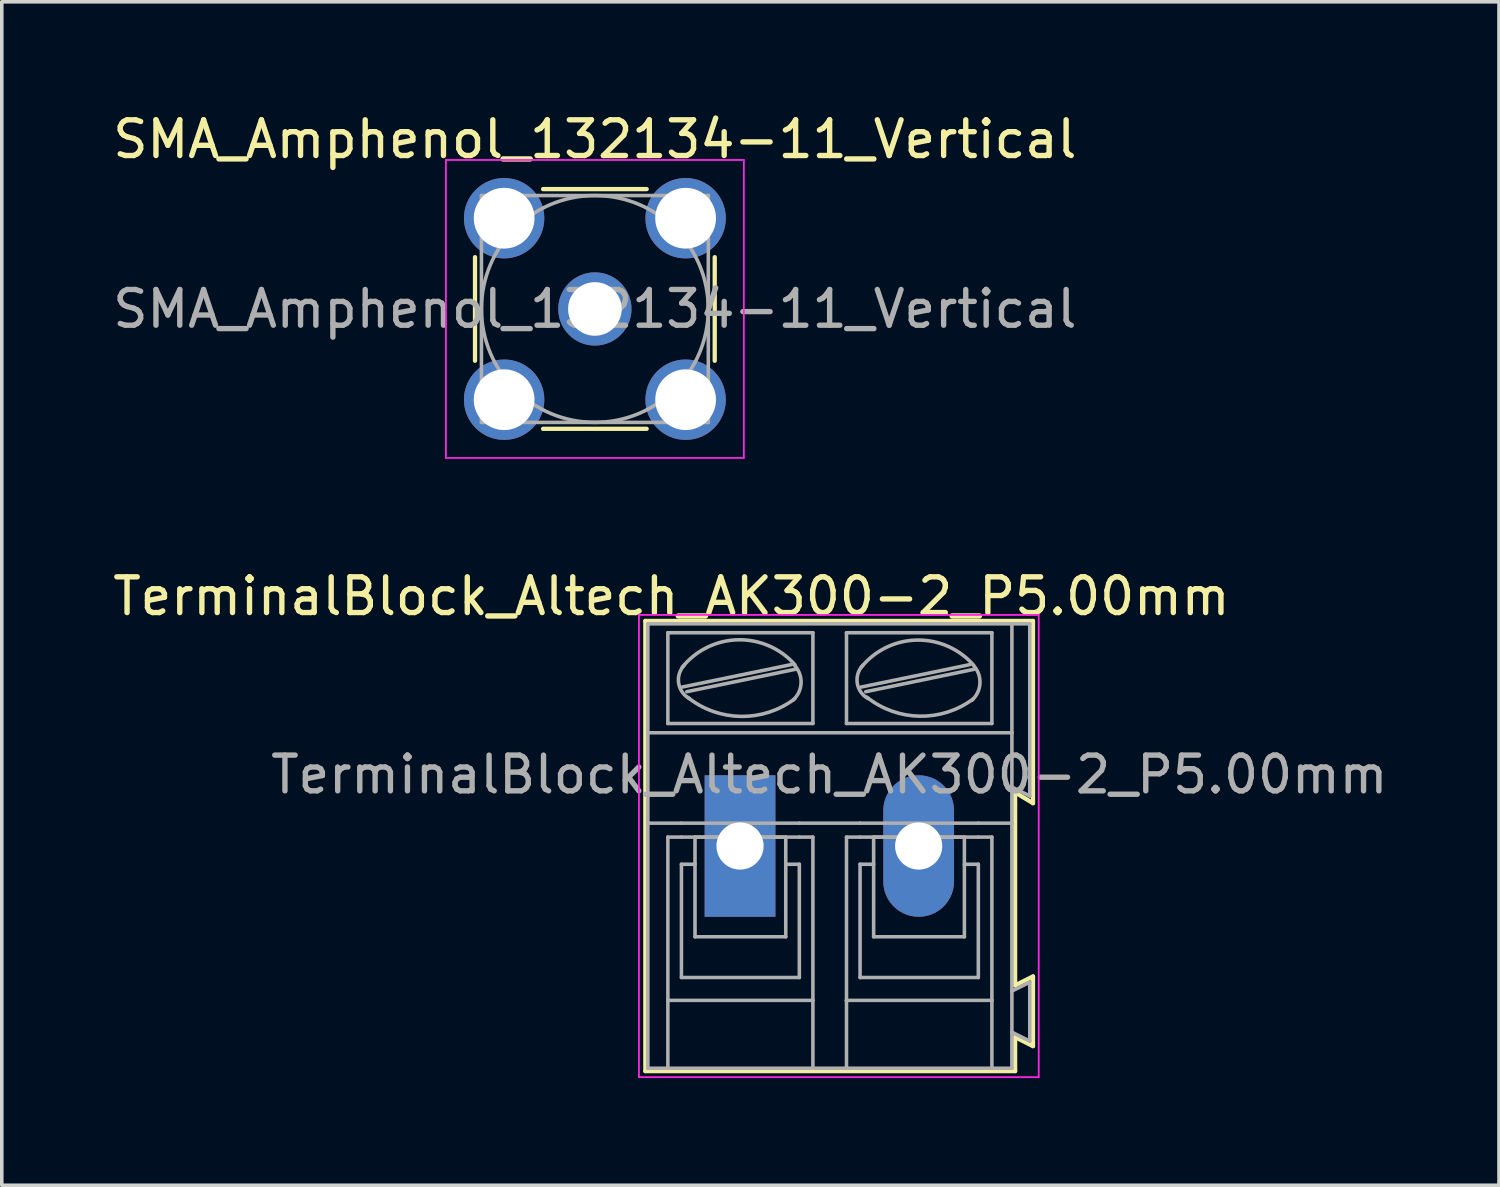
<source format=kicad_pcb>
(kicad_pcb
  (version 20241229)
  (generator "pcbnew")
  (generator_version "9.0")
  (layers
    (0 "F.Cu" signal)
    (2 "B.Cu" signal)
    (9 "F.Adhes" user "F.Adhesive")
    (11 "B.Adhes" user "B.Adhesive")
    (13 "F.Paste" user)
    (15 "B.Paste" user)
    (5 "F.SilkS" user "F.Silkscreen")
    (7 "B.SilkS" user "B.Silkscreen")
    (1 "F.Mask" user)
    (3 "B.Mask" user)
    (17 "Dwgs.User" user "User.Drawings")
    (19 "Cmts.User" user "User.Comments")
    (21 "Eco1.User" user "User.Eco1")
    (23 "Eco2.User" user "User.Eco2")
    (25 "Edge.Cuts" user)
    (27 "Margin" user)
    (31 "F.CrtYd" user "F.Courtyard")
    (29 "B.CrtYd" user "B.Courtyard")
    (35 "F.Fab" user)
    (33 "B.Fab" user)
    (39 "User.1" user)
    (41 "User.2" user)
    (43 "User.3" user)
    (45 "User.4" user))
  (footprint "SMA_Amphenol_132134-11_Vertical"
    (layer "F.Cu")
    (at 13.601 5.598)
    (property "Reference" "SMA_Amphenol_132134-11_Vertical" (at 0 -4.75 0) (layer "F.SilkS") (effects (font (size 1 1) (thickness 0.15))))
    (attr through_hole)
    (fp_line (start -3.355 -1.45) (end -3.355 1.45) (stroke (width 0.12) (type solid)) (layer "F.SilkS"))
    (fp_line (start -1.45 -3.355) (end 1.45 -3.355) (stroke (width 0.12) (type solid)) (layer "F.SilkS"))
    (fp_line (start -1.45 3.355) (end 1.45 3.355) (stroke (width 0.12) (type solid)) (layer "F.SilkS"))
    (fp_line (start 3.355 -1.45) (end 3.355 1.45) (stroke (width 0.12) (type solid)) (layer "F.SilkS"))
    (fp_line (start -4.17 -4.17) (end -4.17 4.17) (stroke (width 0.05) (type solid)) (layer "F.CrtYd"))
    (fp_line (start -4.17 -4.17) (end 4.17 -4.17) (stroke (width 0.05) (type solid)) (layer "F.CrtYd"))
    (fp_line (start 4.17 4.17) (end -4.17 4.17) (stroke (width 0.05) (type solid)) (layer "F.CrtYd"))
    (fp_line (start 4.17 4.17) (end 4.17 -4.17) (stroke (width 0.05) (type solid)) (layer "F.CrtYd"))
    (fp_line (start -3.175 -3.175) (end -3.175 3.175) (stroke (width 0.1) (type solid)) (layer "F.Fab"))
    (fp_line (start -3.175 -3.175) (end 3.175 -3.175) (stroke (width 0.1) (type solid)) (layer "F.Fab"))
    (fp_line (start -3.175 3.175) (end 3.175 3.175) (stroke (width 0.1) (type solid)) (layer "F.Fab"))
    (fp_line (start 3.175 -3.175) (end 3.175 3.175) (stroke (width 0.1) (type solid)) (layer "F.Fab"))
    (fp_circle (center 0 0) (end 3.175 0) (stroke (width 0.1) (type solid)) (fill no) (layer "F.Fab"))
    (fp_text user "${REFERENCE}" (at 0 0 0) (layer "F.Fab") (effects (font (size 1 1) (thickness 0.15))))
    (pad "1" thru_hole circle (at 0 0) (size 2.05 2.05) (drill 1.5) (layers "*.Cu" "*.Mask"))
    (pad "2" thru_hole circle (at -2.54 -2.54) (size 2.25 2.25) (drill 1.7) (layers "*.Cu" "*.Mask"))
    (pad "2" thru_hole circle (at -2.54 2.54) (size 2.25 2.25) (drill 1.7) (layers "*.Cu" "*.Mask"))
    (pad "2" thru_hole circle (at 2.54 -2.54) (size 2.25 2.25) (drill 1.7) (layers "*.Cu" "*.Mask"))
    (pad "2" thru_hole circle (at 2.54 2.54) (size 2.25 2.25) (drill 1.7) (layers "*.Cu" "*.Mask")))
  (footprint "TerminalBlock_Altech_AK300-2_P5.00mm"
    (layer "F.Cu")
    (at 17.664 20.631)
    (property "Reference" "TerminalBlock_Altech_AK300-2_P5.00mm" (at -1.92 -6.99 0) (layer "F.SilkS") (effects (font (size 1 1) (thickness 0.15))))
    (attr through_hole)
    (fp_line (start -2.65 -6.3) (end -2.65 6.3) (stroke (width 0.12) (type solid)) (layer "F.SilkS"))
    (fp_line (start -2.65 6.3) (end 7.7 6.3) (stroke (width 0.12) (type solid)) (layer "F.SilkS"))
    (fp_line (start 7.7 -1.5) (end 8.2 -1.2) (stroke (width 0.12) (type solid)) (layer "F.SilkS"))
    (fp_line (start 7.7 3.9) (end 7.7 -1.5) (stroke (width 0.12) (type solid)) (layer "F.SilkS"))
    (fp_line (start 7.7 5.35) (end 8.2 5.6) (stroke (width 0.12) (type solid)) (layer "F.SilkS"))
    (fp_line (start 7.7 6.3) (end 7.7 5.35) (stroke (width 0.12) (type solid)) (layer "F.SilkS"))
    (fp_line (start 8.2 -6.3) (end -2.65 -6.3) (stroke (width 0.12) (type solid)) (layer "F.SilkS"))
    (fp_line (start 8.2 -1.2) (end 8.2 -6.3) (stroke (width 0.12) (type solid)) (layer "F.SilkS"))
    (fp_line (start 8.2 3.65) (end 7.7 3.9) (stroke (width 0.12) (type solid)) (layer "F.SilkS"))
    (fp_line (start 8.2 3.7) (end 8.2 3.65) (stroke (width 0.12) (type solid)) (layer "F.SilkS"))
    (fp_line (start 8.2 5.6) (end 8.2 3.7) (stroke (width 0.12) (type solid)) (layer "F.SilkS"))
    (fp_line (start -2.83 -6.47) (end -2.83 6.47) (stroke (width 0.05) (type solid)) (layer "F.CrtYd"))
    (fp_line (start -2.83 -6.47) (end 8.36 -6.47) (stroke (width 0.05) (type solid)) (layer "F.CrtYd"))
    (fp_line (start 8.36 6.47) (end -2.83 6.47) (stroke (width 0.05) (type solid)) (layer "F.CrtYd"))
    (fp_line (start 8.36 6.47) (end 8.36 -6.47) (stroke (width 0.05) (type solid)) (layer "F.CrtYd"))
    (fp_line (start -2.58 -3.17) (end -2.58 -6.22) (stroke (width 0.1) (type solid)) (layer "F.Fab"))
    (fp_line (start -2.58 -3.17) (end 7.61 -3.17) (stroke (width 0.1) (type solid)) (layer "F.Fab"))
    (fp_line (start -2.58 -0.64) (end -2.58 -3.17) (stroke (width 0.1) (type solid)) (layer "F.Fab"))
    (fp_line (start -2.58 -0.64) (end -1.64 -0.64) (stroke (width 0.1) (type solid)) (layer "F.Fab"))
    (fp_line (start -2.58 6.22) (end -2.58 -0.64) (stroke (width 0.1) (type solid)) (layer "F.Fab"))
    (fp_line (start -2.58 6.22) (end -2.02 6.22) (stroke (width 0.1) (type solid)) (layer "F.Fab"))
    (fp_line (start -2.02 -3.43) (end -2.02 -5.97) (stroke (width 0.1) (type solid)) (layer "F.Fab"))
    (fp_line (start -2.02 -0.25) (end -2.02 4.32) (stroke (width 0.1) (type solid)) (layer "F.Fab"))
    (fp_line (start -2.02 -0.25) (end -1.64 -0.25) (stroke (width 0.1) (type solid)) (layer "F.Fab"))
    (fp_line (start -2.02 4.32) (end -2.02 6.22) (stroke (width 0.1) (type solid)) (layer "F.Fab"))
    (fp_line (start -2.02 6.22) (end 2.04 6.22) (stroke (width 0.1) (type solid)) (layer "F.Fab"))
    (fp_line (start -1.64 -0.64) (end 1.66 -0.64) (stroke (width 0.1) (type solid)) (layer "F.Fab"))
    (fp_line (start -1.64 0.51) (end -1.26 0.51) (stroke (width 0.1) (type solid)) (layer "F.Fab"))
    (fp_line (start -1.64 3.68) (end -1.64 0.51) (stroke (width 0.1) (type solid)) (layer "F.Fab"))
    (fp_line (start -1.62 -4.45) (end 1.44 -5.08) (stroke (width 0.1) (type solid)) (layer "F.Fab"))
    (fp_line (start -1.49 -4.32) (end 1.56 -4.95) (stroke (width 0.1) (type solid)) (layer "F.Fab"))
    (fp_line (start -1.26 -0.25) (end 1.28 -0.25) (stroke (width 0.1) (type solid)) (layer "F.Fab"))
    (fp_line (start -1.26 2.54) (end -1.26 -0.25) (stroke (width 0.1) (type solid)) (layer "F.Fab"))
    (fp_line (start -1.26 2.54) (end 1.28 2.54) (stroke (width 0.1) (type solid)) (layer "F.Fab"))
    (fp_line (start 1.28 2.54) (end 1.28 -0.25) (stroke (width 0.1) (type solid)) (layer "F.Fab"))
    (fp_line (start 1.66 -0.64) (end 3.36 -0.64) (stroke (width 0.1) (type solid)) (layer "F.Fab"))
    (fp_line (start 1.66 -0.25) (end -1.64 -0.25) (stroke (width 0.1) (type solid)) (layer "F.Fab"))
    (fp_line (start 1.66 0.51) (end 1.28 0.51) (stroke (width 0.1) (type solid)) (layer "F.Fab"))
    (fp_line (start 1.66 3.68) (end -1.64 3.68) (stroke (width 0.1) (type solid)) (layer "F.Fab"))
    (fp_line (start 1.66 3.68) (end 1.66 0.51) (stroke (width 0.1) (type solid)) (layer "F.Fab"))
    (fp_line (start 2.04 -5.97) (end -2.02 -5.97) (stroke (width 0.1) (type solid)) (layer "F.Fab"))
    (fp_line (start 2.04 -3.43) (end -2.02 -3.43) (stroke (width 0.1) (type solid)) (layer "F.Fab"))
    (fp_line (start 2.04 -3.43) (end 2.04 -5.97) (stroke (width 0.1) (type solid)) (layer "F.Fab"))
    (fp_line (start 2.04 -0.25) (end 1.66 -0.25) (stroke (width 0.1) (type solid)) (layer "F.Fab"))
    (fp_line (start 2.04 4.32) (end -2.02 4.32) (stroke (width 0.1) (type solid)) (layer "F.Fab"))
    (fp_line (start 2.04 4.32) (end 2.04 -0.25) (stroke (width 0.1) (type solid)) (layer "F.Fab"))
    (fp_line (start 2.04 6.22) (end 2.04 4.32) (stroke (width 0.1) (type solid)) (layer "F.Fab"))
    (fp_line (start 2.04 6.22) (end 2.98 6.22) (stroke (width 0.1) (type solid)) (layer "F.Fab"))
    (fp_line (start 2.98 -5.97) (end 7.05 -5.97) (stroke (width 0.1) (type solid)) (layer "F.Fab"))
    (fp_line (start 2.98 -3.43) (end 2.98 -5.97) (stroke (width 0.1) (type solid)) (layer "F.Fab"))
    (fp_line (start 2.98 -0.25) (end 3.36 -0.25) (stroke (width 0.1) (type solid)) (layer "F.Fab"))
    (fp_line (start 2.98 4.32) (end 2.98 -0.25) (stroke (width 0.1) (type solid)) (layer "F.Fab"))
    (fp_line (start 2.98 4.32) (end 7.05 4.32) (stroke (width 0.1) (type solid)) (layer "F.Fab"))
    (fp_line (start 2.98 6.22) (end 2.98 4.32) (stroke (width 0.1) (type solid)) (layer "F.Fab"))
    (fp_line (start 2.98 6.22) (end 7.05 6.22) (stroke (width 0.1) (type solid)) (layer "F.Fab"))
    (fp_line (start 3.36 -0.25) (end 6.67 -0.25) (stroke (width 0.1) (type solid)) (layer "F.Fab"))
    (fp_line (start 3.36 0.51) (end 3.74 0.51) (stroke (width 0.1) (type solid)) (layer "F.Fab"))
    (fp_line (start 3.36 3.68) (end 3.36 0.51) (stroke (width 0.1) (type solid)) (layer "F.Fab"))
    (fp_line (start 3.39 -4.45) (end 6.44 -5.08) (stroke (width 0.1) (type solid)) (layer "F.Fab"))
    (fp_line (start 3.52 -4.32) (end 6.56 -4.95) (stroke (width 0.1) (type solid)) (layer "F.Fab"))
    (fp_line (start 3.74 -0.25) (end 6.28 -0.25) (stroke (width 0.1) (type solid)) (layer "F.Fab"))
    (fp_line (start 3.74 2.54) (end 3.74 -0.25) (stroke (width 0.1) (type solid)) (layer "F.Fab"))
    (fp_line (start 3.74 2.54) (end 6.28 2.54) (stroke (width 0.1) (type solid)) (layer "F.Fab"))
    (fp_line (start 6.28 2.54) (end 6.28 -0.25) (stroke (width 0.1) (type solid)) (layer "F.Fab"))
    (fp_line (start 6.67 -0.64) (end 3.36 -0.64) (stroke (width 0.1) (type solid)) (layer "F.Fab"))
    (fp_line (start 6.67 0.51) (end 6.28 0.51) (stroke (width 0.1) (type solid)) (layer "F.Fab"))
    (fp_line (start 6.67 3.68) (end 3.36 3.68) (stroke (width 0.1) (type solid)) (layer "F.Fab"))
    (fp_line (start 6.67 3.68) (end 6.67 0.51) (stroke (width 0.1) (type solid)) (layer "F.Fab"))
    (fp_line (start 7.05 -5.97) (end 7.05 -3.43) (stroke (width 0.1) (type solid)) (layer "F.Fab"))
    (fp_line (start 7.05 -3.43) (end 2.98 -3.43) (stroke (width 0.1) (type solid)) (layer "F.Fab"))
    (fp_line (start 7.05 -0.25) (end 6.67 -0.25) (stroke (width 0.1) (type solid)) (layer "F.Fab"))
    (fp_line (start 7.05 -0.25) (end 7.05 4.32) (stroke (width 0.1) (type solid)) (layer "F.Fab"))
    (fp_line (start 7.05 4.32) (end 7.05 6.22) (stroke (width 0.1) (type solid)) (layer "F.Fab"))
    (fp_line (start 7.05 6.22) (end 7.61 6.22) (stroke (width 0.1) (type solid)) (layer "F.Fab"))
    (fp_line (start 7.61 -6.22) (end -2.58 -6.22) (stroke (width 0.1) (type solid)) (layer "F.Fab"))
    (fp_line (start 7.61 -6.22) (end 7.61 -3.17) (stroke (width 0.1) (type solid)) (layer "F.Fab"))
    (fp_line (start 7.61 -6.22) (end 8.11 -6.22) (stroke (width 0.1) (type solid)) (layer "F.Fab"))
    (fp_line (start 7.61 -3.17) (end 7.61 -1.65) (stroke (width 0.1) (type solid)) (layer "F.Fab"))
    (fp_line (start 7.61 -1.65) (end 7.61 -0.64) (stroke (width 0.1) (type solid)) (layer "F.Fab"))
    (fp_line (start 7.61 -0.64) (end 6.67 -0.64) (stroke (width 0.1) (type solid)) (layer "F.Fab"))
    (fp_line (start 7.61 -0.64) (end 7.61 4.06) (stroke (width 0.1) (type solid)) (layer "F.Fab"))
    (fp_line (start 7.61 4.06) (end 7.61 5.21) (stroke (width 0.1) (type solid)) (layer "F.Fab"))
    (fp_line (start 7.61 5.21) (end 7.61 6.22) (stroke (width 0.1) (type solid)) (layer "F.Fab"))
    (fp_line (start 8.11 -6.22) (end 8.11 -1.4) (stroke (width 0.1) (type solid)) (layer "F.Fab"))
    (fp_line (start 8.11 -1.4) (end 7.61 -1.65) (stroke (width 0.1) (type solid)) (layer "F.Fab"))
    (fp_line (start 8.11 3.81) (end 7.61 4.06) (stroke (width 0.1) (type solid)) (layer "F.Fab"))
    (fp_line (start 8.11 3.81) (end 8.11 5.46) (stroke (width 0.1) (type solid)) (layer "F.Fab"))
    (fp_line (start 8.11 5.46) (end 7.61 5.21) (stroke (width 0.1) (type solid)) (layer "F.Fab"))
    (fp_arc (start -1.62 -5) (mid -0.05669 -5.772528) (end 1.539976 -5.071534) (stroke (width 0.1) (type solid)) (layer "F.Fab"))
    (fp_arc (start -1.42 -4.13) (mid -1.718466 -4.559406) (end -1.562972 -5.058699) (stroke (width 0.1) (type solid)) (layer "F.Fab"))
    (fp_arc (start 1.53 -5.05) (mid 1.708693 -4.558754) (end 1.485619 -4.086005) (stroke (width 0.1) (type solid)) (layer "F.Fab"))
    (fp_arc (start 1.53 -4.12) (mid 0.02849 -3.628196) (end -1.459829 -4.158582) (stroke (width 0.1) (type solid)) (layer "F.Fab"))
    (fp_arc (start 3.39 -5) (mid 4.949737 -5.764867) (end 6.538239 -5.061686) (stroke (width 0.1) (type solid)) (layer "F.Fab"))
    (fp_arc (start 3.58 -4.13) (mid 3.281534 -4.559406) (end 3.437028 -5.058699) (stroke (width 0.1) (type solid)) (layer "F.Fab"))
    (fp_arc (start 6.53 -4.12) (mid 5.030583 -3.634318) (end 3.547667 -4.168263) (stroke (width 0.1) (type solid)) (layer "F.Fab"))
    (fp_arc (start 6.54 -5.05) (mid 6.715733 -4.551652) (end 6.485532 -4.076005) (stroke (width 0.1) (type solid)) (layer "F.Fab"))
    (fp_text user "${REFERENCE}" (at 2.5 -2 0) (layer "F.Fab") (effects (font (size 1 1) (thickness 0.15))))
    (pad "1" thru_hole rect (at 0 0) (size 1.98 3.96) (drill 1.32) (layers "*.Cu" "*.Mask"))
    (pad "2" thru_hole oval (at 5 0) (size 1.98 3.96) (drill 1.32) (layers "*.Cu" "*.Mask")))
  (gr_rect
    (start -3 -3)
    (end 38.908 30.127)
    (stroke (width 0.1) (type default))
    (fill no)
    (layer "Edge.Cuts")))
</source>
